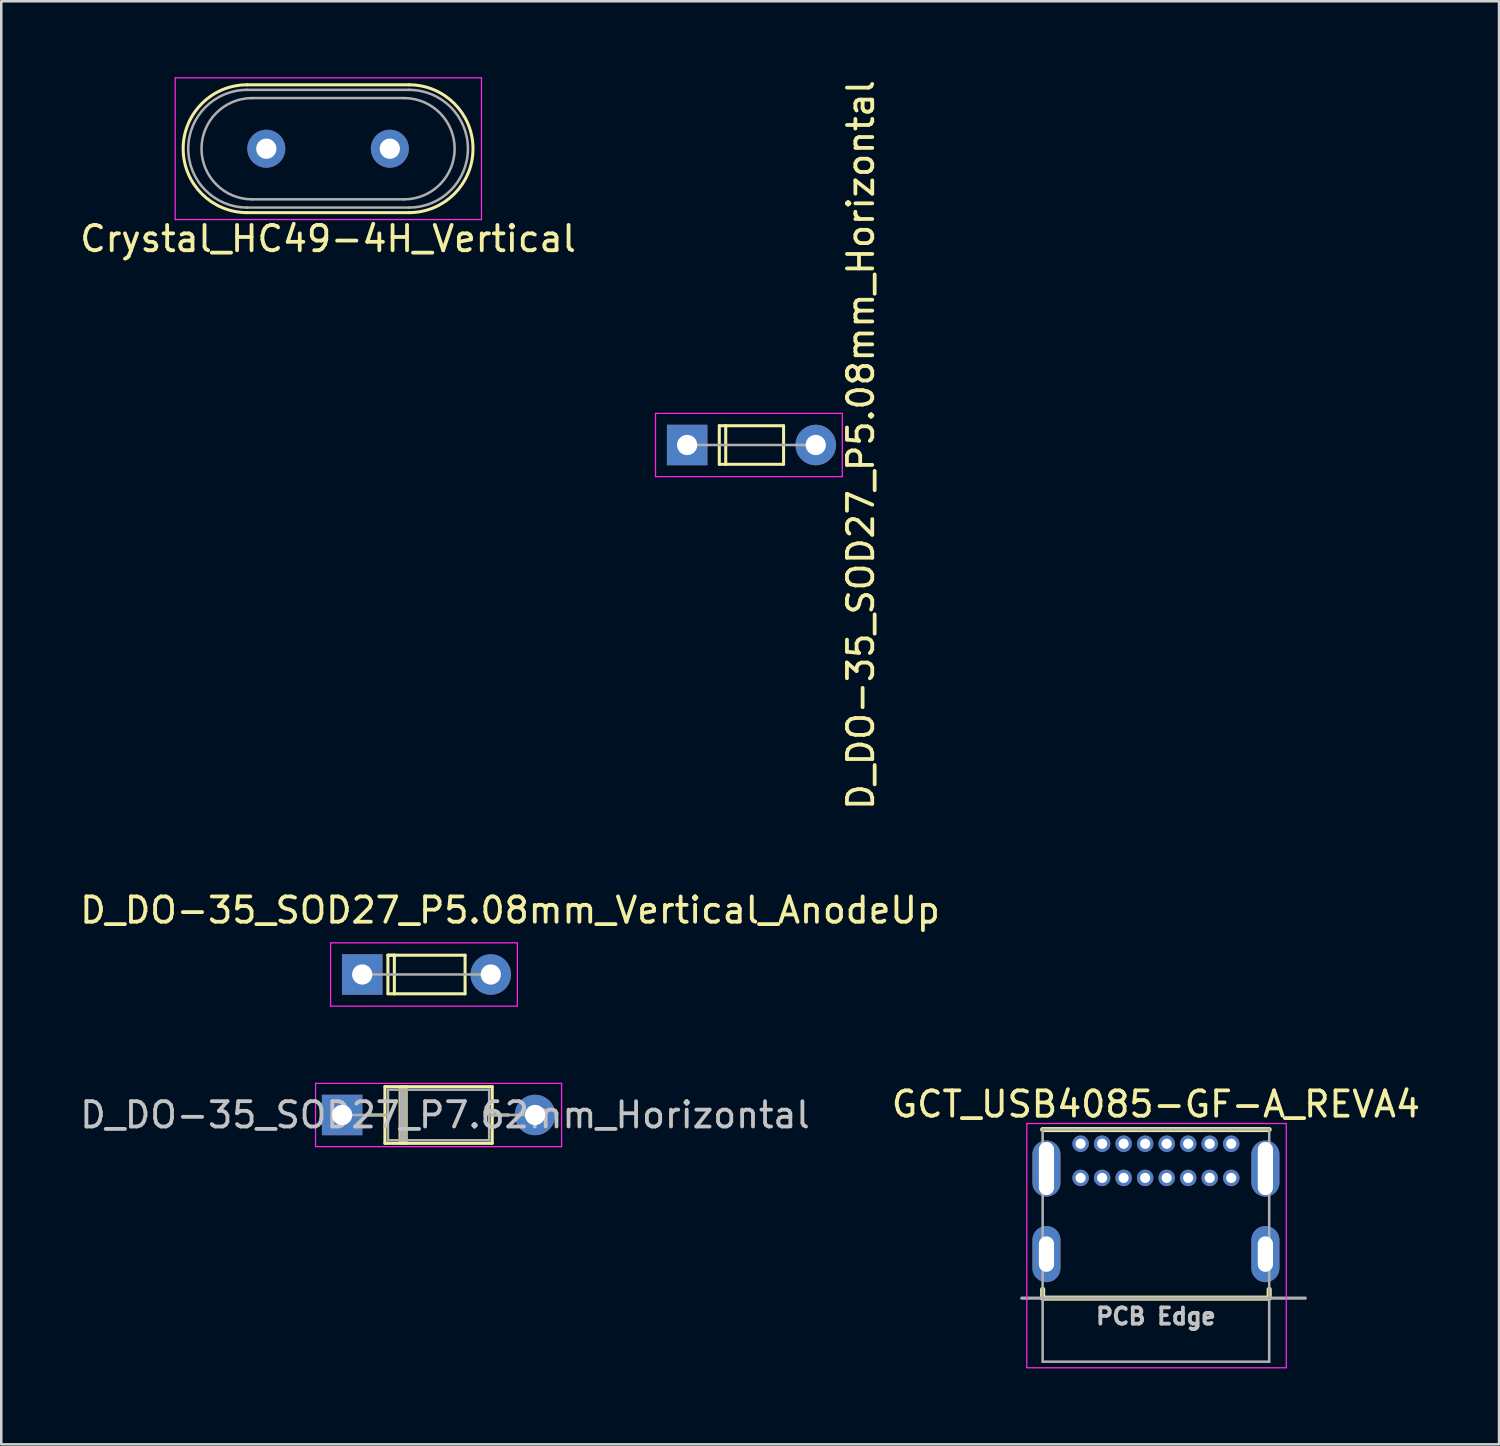
<source format=kicad_pcb>
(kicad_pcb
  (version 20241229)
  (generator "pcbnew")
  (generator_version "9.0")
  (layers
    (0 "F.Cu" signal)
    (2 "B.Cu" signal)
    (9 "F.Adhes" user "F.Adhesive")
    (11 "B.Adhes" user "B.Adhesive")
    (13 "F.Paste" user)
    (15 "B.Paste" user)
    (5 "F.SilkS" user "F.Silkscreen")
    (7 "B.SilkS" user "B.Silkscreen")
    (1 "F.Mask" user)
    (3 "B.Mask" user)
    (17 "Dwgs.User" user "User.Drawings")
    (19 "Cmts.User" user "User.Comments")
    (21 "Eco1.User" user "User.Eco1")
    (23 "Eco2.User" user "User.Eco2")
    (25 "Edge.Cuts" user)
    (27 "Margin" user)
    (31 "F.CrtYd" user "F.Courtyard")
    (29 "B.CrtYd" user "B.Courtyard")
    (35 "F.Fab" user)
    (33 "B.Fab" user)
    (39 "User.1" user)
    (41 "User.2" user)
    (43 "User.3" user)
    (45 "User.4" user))
  (footprint "D_DO-35_SOD27_P7.62mm_Horizontal"
    (layer "F.Cu")
    (at 10.466 40.998)
    (property "Reference" "D_DO-35_SOD27_P7.62mm_Horizontal" (at 4.064 0 0) (layer "Dwgs.User") (effects (font (size 1 1) (thickness 0.15))))
    (attr through_hole)
    (fp_line (start 1.04 0) (end 1.69 0) (stroke (width 0.12) (type solid)) (layer "F.SilkS"))
    (fp_line (start 1.69 -1.12) (end 1.69 1.12) (stroke (width 0.12) (type solid)) (layer "F.SilkS"))
    (fp_line (start 1.69 1.12) (end 5.93 1.12) (stroke (width 0.12) (type solid)) (layer "F.SilkS"))
    (fp_line (start 2.29 -1.12) (end 2.29 1.12) (stroke (width 0.12) (type solid)) (layer "F.SilkS"))
    (fp_line (start 2.41 -1.12) (end 2.41 1.12) (stroke (width 0.12) (type solid)) (layer "F.SilkS"))
    (fp_line (start 2.53 -1.12) (end 2.53 1.12) (stroke (width 0.12) (type solid)) (layer "F.SilkS"))
    (fp_line (start 5.93 -1.12) (end 1.69 -1.12) (stroke (width 0.12) (type solid)) (layer "F.SilkS"))
    (fp_line (start 5.93 1.12) (end 5.93 -1.12) (stroke (width 0.12) (type solid)) (layer "F.SilkS"))
    (fp_line (start 6.58 0) (end 5.93 0) (stroke (width 0.12) (type solid)) (layer "F.SilkS"))
    (fp_line (start -1.05 -1.25) (end -1.05 1.25) (stroke (width 0.05) (type solid)) (layer "F.CrtYd"))
    (fp_line (start -1.05 1.25) (end 8.67 1.25) (stroke (width 0.05) (type solid)) (layer "F.CrtYd"))
    (fp_line (start 8.67 -1.25) (end -1.05 -1.25) (stroke (width 0.05) (type solid)) (layer "F.CrtYd"))
    (fp_line (start 8.67 1.25) (end 8.67 -1.25) (stroke (width 0.05) (type solid)) (layer "F.CrtYd"))
    (fp_line (start 0 0) (end 1.81 0) (stroke (width 0.1) (type solid)) (layer "F.Fab"))
    (fp_line (start 1.81 -1) (end 1.81 1) (stroke (width 0.1) (type solid)) (layer "F.Fab"))
    (fp_line (start 1.81 1) (end 5.81 1) (stroke (width 0.1) (type solid)) (layer "F.Fab"))
    (fp_line (start 2.31 -1) (end 2.31 1) (stroke (width 0.1) (type solid)) (layer "F.Fab"))
    (fp_line (start 2.41 -1) (end 2.41 1) (stroke (width 0.1) (type solid)) (layer "F.Fab"))
    (fp_line (start 2.51 -1) (end 2.51 1) (stroke (width 0.1) (type solid)) (layer "F.Fab"))
    (fp_line (start 5.81 -1) (end 1.81 -1) (stroke (width 0.1) (type solid)) (layer "F.Fab"))
    (fp_line (start 5.81 1) (end 5.81 -1) (stroke (width 0.1) (type solid)) (layer "F.Fab"))
    (fp_line (start 7.62 0) (end 5.81 0) (stroke (width 0.1) (type solid)) (layer "F.Fab"))
    (pad "1" thru_hole rect (at 0 0) (size 1.6 1.6) (drill 0.8) (layers "*.Cu" "*.Mask"))
    (pad "2" thru_hole oval (at 7.62 0) (size 1.6 1.6) (drill 0.8) (layers "*.Cu" "*.Mask")))
  (footprint "GCT_USB4085-GF-A_REVA4"
    (layer "F.Cu")
    (at 42.615 46.159)
    (property "Reference" "GCT_USB4085-GF-A_REVA4" (at 0 -5.588 0) (layer "F.SilkS") (effects (font (size 1 1) (thickness 0.15))))
    (attr through_hole)
    (fp_line (start -4.475 -4.585) (end 4.475 -4.585) (stroke (width 0.2) (type solid)) (layer "F.SilkS"))
    (fp_line (start -4.475 1.725) (end -4.475 2.075) (stroke (width 0.2) (type solid)) (layer "F.SilkS"))
    (fp_line (start -4.475 2.075) (end 4.475 2.075) (stroke (width 0.2) (type solid)) (layer "F.SilkS"))
    (fp_line (start 4.475 2.075) (end 4.475 1.725) (stroke (width 0.2) (type solid)) (layer "F.SilkS"))
    (fp_line (start -5.1 -4.825) (end 5.15 -4.825) (stroke (width 0.05) (type solid)) (layer "F.CrtYd"))
    (fp_line (start -5.1 4.825) (end -5.1 -4.825) (stroke (width 0.05) (type solid)) (layer "F.CrtYd"))
    (fp_line (start 5.15 -4.825) (end 5.15 4.825) (stroke (width 0.05) (type solid)) (layer "F.CrtYd"))
    (fp_line (start 5.15 4.825) (end -5.1 4.825) (stroke (width 0.05) (type solid)) (layer "F.CrtYd"))
    (fp_line (start -5.3 2.075) (end 5.9 2.075) (stroke (width 0.127) (type solid)) (layer "F.Fab"))
    (fp_line (start -4.475 -4.585) (end 4.475 -4.585) (stroke (width 0.1) (type solid)) (layer "F.Fab"))
    (fp_line (start -4.475 4.585) (end -4.475 -4.585) (stroke (width 0.1) (type solid)) (layer "F.Fab"))
    (fp_line (start 4.475 -4.585) (end 4.475 4.585) (stroke (width 0.1) (type solid)) (layer "F.Fab"))
    (fp_line (start 4.475 4.585) (end -4.475 4.585) (stroke (width 0.1) (type solid)) (layer "F.Fab"))
    (fp_text user "PCB Edge" (at 0 2.794 0) (layer "Dwgs.User") (effects (font (size 0.64 0.64) (thickness 0.15))))
    (pad "A1" thru_hole circle (at -2.975 -4.025) (size 0.65 0.65) (drill 0.4) (layers "*.Cu" "*.Mask"))
    (pad "A4" thru_hole circle (at -2.125 -4.025) (size 0.65 0.65) (drill 0.4) (layers "*.Cu" "*.Mask"))
    (pad "A5" thru_hole circle (at -1.275 -4.025) (size 0.65 0.65) (drill 0.4) (layers "*.Cu" "*.Mask"))
    (pad "A6" thru_hole circle (at -0.425 -4.025) (size 0.65 0.65) (drill 0.4) (layers "*.Cu" "*.Mask"))
    (pad "A7" thru_hole circle (at 0.425 -4.025) (size 0.65 0.65) (drill 0.4) (layers "*.Cu" "*.Mask"))
    (pad "A8" thru_hole circle (at 1.275 -4.025) (size 0.65 0.65) (drill 0.4) (layers "*.Cu" "*.Mask"))
    (pad "A9" thru_hole circle (at 2.125 -4.025) (size 0.65 0.65) (drill 0.4) (layers "*.Cu" "*.Mask"))
    (pad "A12" thru_hole circle (at 2.975 -4.025) (size 0.65 0.65) (drill 0.4) (layers "*.Cu" "*.Mask"))
    (pad "B1" thru_hole circle (at 2.975 -2.675) (size 0.65 0.65) (drill 0.4) (layers "*.Cu" "*.Mask"))
    (pad "B4" thru_hole circle (at 2.125 -2.675) (size 0.65 0.65) (drill 0.4) (layers "*.Cu" "*.Mask"))
    (pad "B5" thru_hole circle (at 1.275 -2.675) (size 0.65 0.65) (drill 0.4) (layers "*.Cu" "*.Mask"))
    (pad "B6" thru_hole circle (at 0.425 -2.675) (size 0.65 0.65) (drill 0.4) (layers "*.Cu" "*.Mask"))
    (pad "B7" thru_hole circle (at -0.425 -2.675) (size 0.65 0.65) (drill 0.4) (layers "*.Cu" "*.Mask"))
    (pad "B8" thru_hole circle (at -1.275 -2.675) (size 0.65 0.65) (drill 0.4) (layers "*.Cu" "*.Mask"))
    (pad "B9" thru_hole circle (at -2.125 -2.675) (size 0.65 0.65) (drill 0.4) (layers "*.Cu" "*.Mask"))
    (pad "B12" thru_hole circle (at -2.975 -2.675) (size 0.65 0.65) (drill 0.4) (layers "*.Cu" "*.Mask"))
    (pad "P1" thru_hole oval (at -4.325 -3.045) (size 1.108 2.216) (drill oval 0.6 2.1) (layers "*.Cu" "*.Mask"))
    (pad "P2" thru_hole oval (at 4.325 -3.045) (size 1.108 2.216) (drill oval 0.6 2.1) (layers "*.Cu" "*.Mask"))
    (pad "P3" thru_hole oval (at 4.325 0.335) (size 1.108 2.216) (drill oval 0.6 1.4) (layers "*.Cu" "*.Mask"))
    (pad "P4" thru_hole oval (at -4.325 0.335) (size 1.108 2.216) (drill oval 0.6 1.4) (layers "*.Cu" "*.Mask")))
  (footprint "D_DO-35_SOD27_P5.08mm_Vertical_AnodeUp"
    (layer "F.Cu")
    (at 11.259 35.448)
    (property "Reference" "D_DO-35_SOD27_P5.08mm_Vertical_AnodeUp" (at 5.842 -2.54 0) (layer "F.SilkS") (effects (font (size 1 1) (thickness 0.15))))
    (attr through_hole)
    (fp_line (start 1.016 -0.762) (end 1.016 0.762) (stroke (width 0.12) (type solid)) (layer "F.SilkS"))
    (fp_line (start 1.016 -0.762) (end 1.27 -0.762) (stroke (width 0.12) (type solid)) (layer "F.SilkS"))
    (fp_line (start 1.016 0.762) (end 1.27 0.762) (stroke (width 0.12) (type solid)) (layer "F.SilkS"))
    (fp_line (start 1.27 -0.762) (end 1.016 -0.762) (stroke (width 0.12) (type solid)) (layer "F.SilkS"))
    (fp_line (start 1.27 -0.762) (end 4.064 -0.762) (stroke (width 0.12) (type solid)) (layer "F.SilkS"))
    (fp_line (start 1.27 0.762) (end 1.27 -0.762) (stroke (width 0.12) (type solid)) (layer "F.SilkS"))
    (fp_line (start 4.064 -0.762) (end 4.064 0.762) (stroke (width 0.12) (type solid)) (layer "F.SilkS"))
    (fp_line (start 4.064 0.762) (end 1.27 0.762) (stroke (width 0.12) (type solid)) (layer "F.SilkS"))
    (fp_line (start -1.25 -1.25) (end -1.25 1.25) (stroke (width 0.05) (type solid)) (layer "F.CrtYd"))
    (fp_line (start -1.25 1.25) (end 6.13 1.25) (stroke (width 0.05) (type solid)) (layer "F.CrtYd"))
    (fp_line (start 6.13 -1.25) (end -1.25 -1.25) (stroke (width 0.05) (type solid)) (layer "F.CrtYd"))
    (fp_line (start 6.13 1.25) (end 6.13 -1.25) (stroke (width 0.05) (type solid)) (layer "F.CrtYd"))
    (fp_line (start 0 0) (end 5.08 0) (stroke (width 0.1) (type solid)) (layer "F.Fab"))
    (pad "1" thru_hole rect (at 0 0) (size 1.6 1.6) (drill 0.8) (layers "*.Cu" "*.Mask"))
    (pad "2" thru_hole oval (at 5.08 0) (size 1.6 1.6) (drill 0.8) (layers "*.Cu" "*.Mask")))
  (footprint "D_DO-35_SOD27_P5.08mm_Horizontal"
    (layer "F.Cu")
    (at 24.096 14.53)
    (property "Reference" "D_DO-35_SOD27_P5.08mm_Horizontal" (at 6.858 0 90) (unlocked yes) (layer "F.SilkS") (effects (font (size 1 1) (thickness 0.15))))
    (attr through_hole)
    (fp_line (start 1.27 -0.762) (end 1.27 0.762) (stroke (width 0.12) (type solid)) (layer "F.SilkS"))
    (fp_line (start 1.27 0.762) (end 1.524 0.762) (stroke (width 0.12) (type solid)) (layer "F.SilkS"))
    (fp_line (start 1.524 -0.762) (end 1.27 -0.762) (stroke (width 0.12) (type solid)) (layer "F.SilkS"))
    (fp_line (start 1.524 -0.762) (end 3.81 -0.762) (stroke (width 0.12) (type solid)) (layer "F.SilkS"))
    (fp_line (start 1.524 0.762) (end 1.524 -0.762) (stroke (width 0.12) (type solid)) (layer "F.SilkS"))
    (fp_line (start 3.81 -0.762) (end 3.81 0.762) (stroke (width 0.12) (type solid)) (layer "F.SilkS"))
    (fp_line (start 3.81 0.762) (end 1.524 0.762) (stroke (width 0.12) (type solid)) (layer "F.SilkS"))
    (fp_line (start -1.25 -1.25) (end -1.25 1.25) (stroke (width 0.05) (type solid)) (layer "F.CrtYd"))
    (fp_line (start -1.25 1.25) (end 6.13 1.25) (stroke (width 0.05) (type solid)) (layer "F.CrtYd"))
    (fp_line (start 6.13 -1.25) (end -1.25 -1.25) (stroke (width 0.05) (type solid)) (layer "F.CrtYd"))
    (fp_line (start 6.13 1.25) (end 6.13 -1.25) (stroke (width 0.05) (type solid)) (layer "F.CrtYd"))
    (fp_line (start 0 0) (end 5.08 0) (stroke (width 0.1) (type solid)) (layer "F.Fab"))
    (pad "1" thru_hole rect (at 0 0) (size 1.6 1.6) (drill 0.8) (layers "*.Cu" "*.Mask"))
    (pad "2" thru_hole oval (at 5.08 0) (size 1.6 1.6) (drill 0.8) (layers "*.Cu" "*.Mask")))
  (footprint "Crystal_HC49-4H_Vertical"
    (layer "F.Cu")
    (at 7.471 2.825)
    (property "Reference" "Crystal_HC49-4H_Vertical" (at 2.44 3.556 0) (layer "F.SilkS") (effects (font (size 1 1) (thickness 0.15))))
    (attr through_hole)
    (fp_line (start -0.76 -2.525) (end 5.64 -2.525) (stroke (width 0.12) (type solid)) (layer "F.SilkS"))
    (fp_line (start -0.76 2.525) (end 5.64 2.525) (stroke (width 0.12) (type solid)) (layer "F.SilkS"))
    (fp_arc (start -0.76 2.525) (mid -3.285 0) (end -0.76 -2.525) (stroke (width 0.12) (type solid)) (layer "F.SilkS"))
    (fp_arc (start 5.64 -2.525) (mid 8.165 0) (end 5.64 2.525) (stroke (width 0.12) (type solid)) (layer "F.SilkS"))
    (fp_line (start -3.6 -2.8) (end -3.6 2.8) (stroke (width 0.05) (type solid)) (layer "F.CrtYd"))
    (fp_line (start -3.6 2.8) (end 8.5 2.8) (stroke (width 0.05) (type solid)) (layer "F.CrtYd"))
    (fp_line (start 8.5 -2.8) (end -3.6 -2.8) (stroke (width 0.05) (type solid)) (layer "F.CrtYd"))
    (fp_line (start 8.5 2.8) (end 8.5 -2.8) (stroke (width 0.05) (type solid)) (layer "F.CrtYd"))
    (fp_line (start -0.76 -2.325) (end 5.64 -2.325) (stroke (width 0.1) (type solid)) (layer "F.Fab"))
    (fp_line (start -0.76 2.325) (end 5.64 2.325) (stroke (width 0.1) (type solid)) (layer "F.Fab"))
    (fp_line (start -0.56 -2) (end 5.44 -2) (stroke (width 0.1) (type solid)) (layer "F.Fab"))
    (fp_line (start -0.56 2) (end 5.44 2) (stroke (width 0.1) (type solid)) (layer "F.Fab"))
    (fp_arc (start -0.76 2.325) (mid -3.085 0) (end -0.76 -2.325) (stroke (width 0.1) (type solid)) (layer "F.Fab"))
    (fp_arc (start -0.56 2) (mid -2.56 0) (end -0.56 -2) (stroke (width 0.1) (type solid)) (layer "F.Fab"))
    (fp_arc (start 5.44 -2) (mid 7.44 0) (end 5.44 2) (stroke (width 0.1) (type solid)) (layer "F.Fab"))
    (fp_arc (start 5.64 -2.325) (mid 7.965 0) (end 5.64 2.325) (stroke (width 0.1) (type solid)) (layer "F.Fab"))
    (pad "1" thru_hole circle (at 0 0) (size 1.5 1.5) (drill 0.8) (layers "*.Cu" "*.Mask"))
    (pad "2" thru_hole circle (at 4.88 0) (size 1.5 1.5) (drill 0.8) (layers "*.Cu" "*.Mask")))
  (gr_rect
    (start -3 -3)
    (end 56.17 54.009)
    (stroke (width 0.1) (type default))
    (fill no)
    (layer "Edge.Cuts")))
</source>
